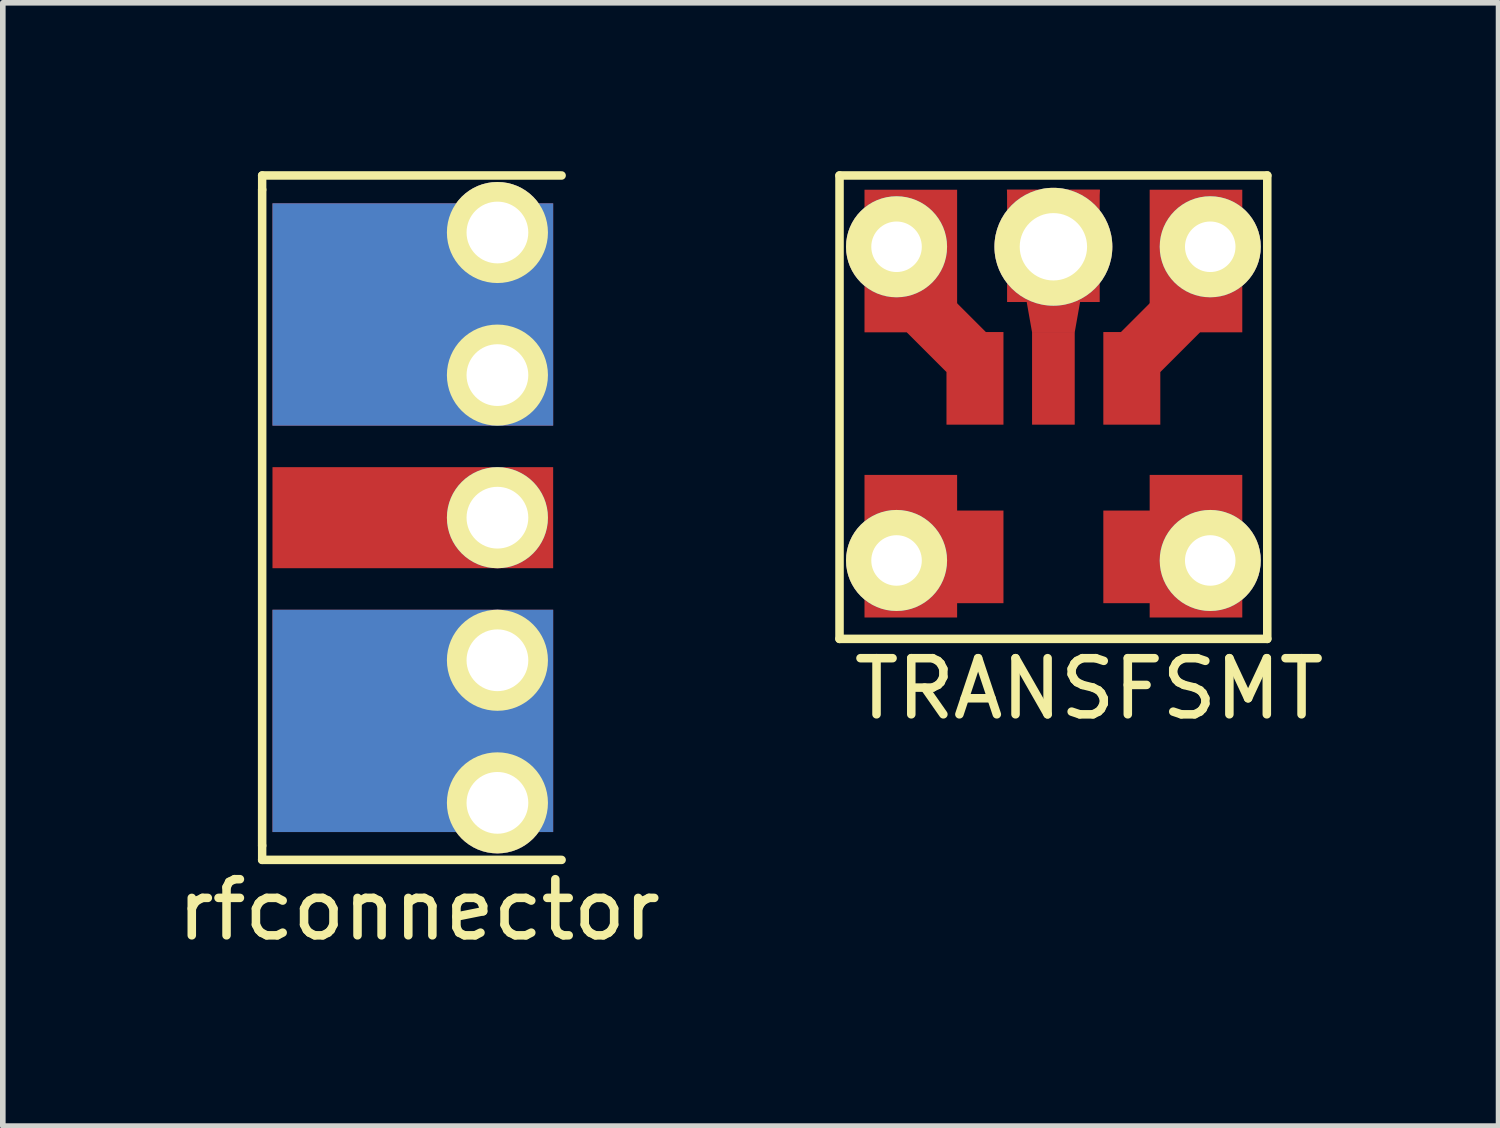
<source format=kicad_pcb>
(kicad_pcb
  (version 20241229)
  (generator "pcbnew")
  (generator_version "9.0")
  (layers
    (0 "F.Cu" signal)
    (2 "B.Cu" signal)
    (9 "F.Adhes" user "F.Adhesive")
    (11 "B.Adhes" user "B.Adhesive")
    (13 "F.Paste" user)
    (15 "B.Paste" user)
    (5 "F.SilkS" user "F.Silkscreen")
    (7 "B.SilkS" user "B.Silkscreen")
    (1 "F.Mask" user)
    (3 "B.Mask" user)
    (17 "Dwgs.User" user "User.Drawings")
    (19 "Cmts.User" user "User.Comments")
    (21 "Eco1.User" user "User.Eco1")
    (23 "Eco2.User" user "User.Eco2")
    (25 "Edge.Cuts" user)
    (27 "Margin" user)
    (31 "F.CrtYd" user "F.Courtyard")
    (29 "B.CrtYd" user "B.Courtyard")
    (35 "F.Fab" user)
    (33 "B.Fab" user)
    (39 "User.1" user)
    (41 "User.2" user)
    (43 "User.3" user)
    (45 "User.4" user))
  (footprint "TRANSFSMT"
    (layer "F.Cu")
    (at 15.715 4.14)
    (property "Reference" "TRANSFSMT" (at 0.635 5.08 0) (layer "F.SilkS") (effects (font (size 1 1) (thickness 0.152))))
    (attr through_hole)
    (fp_line (start -3.81 -4.064) (end -3.81 4.191) (stroke (width 0.152) (type solid)) (layer "F.SilkS"))
    (fp_line (start -3.81 -4.064) (end 3.81 -4.064) (stroke (width 0.152) (type solid)) (layer "F.SilkS"))
    (fp_line (start -3.81 4.191) (end 3.81 4.191) (stroke (width 0.152) (type solid)) (layer "F.SilkS"))
    (fp_line (start 3.81 4.191) (end 3.81 -4.064) (stroke (width 0.152) (type solid)) (layer "F.SilkS"))
    (pad "1" smd rect (at 1.397 -0.45) (size 1.015 1.65) (layers "F.Cu" "F.Mask" "F.Paste"))
    (pad "1" smd rect (at 1.905 -1.27 45) (size 1 1) (layers "F.Cu" "F.Mask" "F.Paste"))
    (pad "1" smd rect (at 2.54 -2.54) (size 1.65 2.54) (layers "F.Cu" "F.Mask" "F.Paste"))
    (pad "1" thru_hole circle (at 2.794 -2.794) (size 1.8 1.8) (drill 0.9) (layers "*.Cu" "*.Mask" "F.SilkS"))
    (pad "2" smd rect (at 0 -2.81) (size 1.65 2) (layers "F.Cu" "F.Mask" "F.Paste"))
    (pad "2" thru_hole circle (at 0 -2.794) (size 2.1 2.1) (drill 1.2) (layers "*.Cu" "*.Mask" "F.SilkS"))
    (pad "2" smd trapezoid (at 0 -2.54) (size 1.21 2.54) (rect_delta 0 -0.45) (layers "F.Cu" "F.Mask" "F.Paste"))
    (pad "2" smd rect (at 0 -0.45) (size 0.76 1.65) (layers "F.Cu" "F.Mask" "F.Paste"))
    (pad "3" thru_hole circle (at -2.794 -2.794) (size 1.8 1.8) (drill 0.9) (layers "*.Cu" "*.Mask" "F.SilkS"))
    (pad "3" smd rect (at -2.54 -2.54) (size 1.65 2.54) (layers "F.Cu" "F.Mask" "F.Paste"))
    (pad "3" smd rect (at -1.905 -1.27 45) (size 1 1) (layers "F.Cu" "F.Mask" "F.Paste"))
    (pad "3" smd rect (at -1.397 -0.45) (size 1.015 1.65) (layers "F.Cu" "F.Mask" "F.Paste"))
    (pad "4" thru_hole circle (at -2.794 2.794) (size 1.8 1.8) (drill 0.9) (layers "*.Cu" "*.Mask" "F.SilkS"))
    (pad "4" smd rect (at -2.54 2.54) (size 1.65 2.54) (layers "F.Cu" "F.Mask" "F.Paste"))
    (pad "4" smd rect (at -1.397 2.73) (size 1.015 1.65) (layers "F.Cu" "F.Mask" "F.Paste"))
    (pad "5" smd rect (at 1.397 2.73) (size 1.015 1.65) (layers "F.Cu" "F.Mask" "F.Paste"))
    (pad "5" smd rect (at 2.54 2.54) (size 1.65 2.54) (layers "F.Cu" "F.Mask" "F.Paste"))
    (pad "5" thru_hole circle (at 2.794 2.794) (size 1.8 1.8) (drill 0.9) (layers "*.Cu" "*.Mask" "F.SilkS")))
  (footprint "rfconnector"
    (layer "F.Cu")
    (at 6.954 6.172)
    (property "Reference" "rfconnector" (at -2.54 6.985 0) (layer "F.SilkS") (effects (font (size 1 1) (thickness 0.152))))
    (attr through_hole)
    (fp_line (start -5.334 -6.096) (end 0 -6.096) (stroke (width 0.152) (type solid)) (layer "F.SilkS"))
    (fp_line (start -5.334 -5.842) (end -5.334 -6.096) (stroke (width 0.15) (type solid)) (layer "F.SilkS"))
    (fp_line (start -5.334 -5.842) (end -5.334 5.842) (stroke (width 0.152) (type solid)) (layer "F.SilkS"))
    (fp_line (start -5.334 5.842) (end -5.334 6.096) (stroke (width 0.15) (type solid)) (layer "F.SilkS"))
    (fp_line (start -5.334 6.096) (end 0 6.096) (stroke (width 0.152) (type solid)) (layer "F.SilkS"))
    (pad "1" smd rect (at -2.65 0) (size 5 1.8) (layers "F.Cu" "F.Mask" "F.Paste"))
    (pad "1" thru_hole circle (at -1.143 0) (size 1.8 1.8) (drill 1.1) (layers "*.Cu" "*.Mask" "F.SilkS"))
    (pad "2" smd rect (at -2.65 -3.62) (size 5 3.96) (layers "F.Cu" "F.Mask" "F.Paste"))
    (pad "2" smd rect (at -2.65 -3.62) (size 5 3.96) (layers "B.Cu" "B.Mask" "B.Paste"))
    (pad "2" smd rect (at -2.65 3.62) (size 5 3.96) (layers "F.Cu" "F.Mask" "F.Paste"))
    (pad "2" smd rect (at -2.65 3.62) (size 5 3.96) (layers "B.Cu" "B.Mask" "B.Paste"))
    (pad "2" thru_hole circle (at -1.143 -5.08) (size 1.8 1.8) (drill 1.1) (layers "*.Cu" "*.Mask" "F.SilkS"))
    (pad "2" thru_hole circle (at -1.143 -2.54) (size 1.8 1.8) (drill 1.1) (layers "*.Cu" "*.Mask" "F.SilkS"))
    (pad "2" thru_hole circle (at -1.143 2.54) (size 1.8 1.8) (drill 1.1) (layers "*.Cu" "*.Mask" "F.SilkS"))
    (pad "2" thru_hole circle (at -1.143 5.08) (size 1.8 1.8) (drill 1.1) (layers "*.Cu" "*.Mask" "F.SilkS")))
  (gr_rect
    (start -3 -3)
    (end 23.645 17.01)
    (stroke (width 0.1) (type default))
    (fill no)
    (layer "Edge.Cuts")))
</source>
